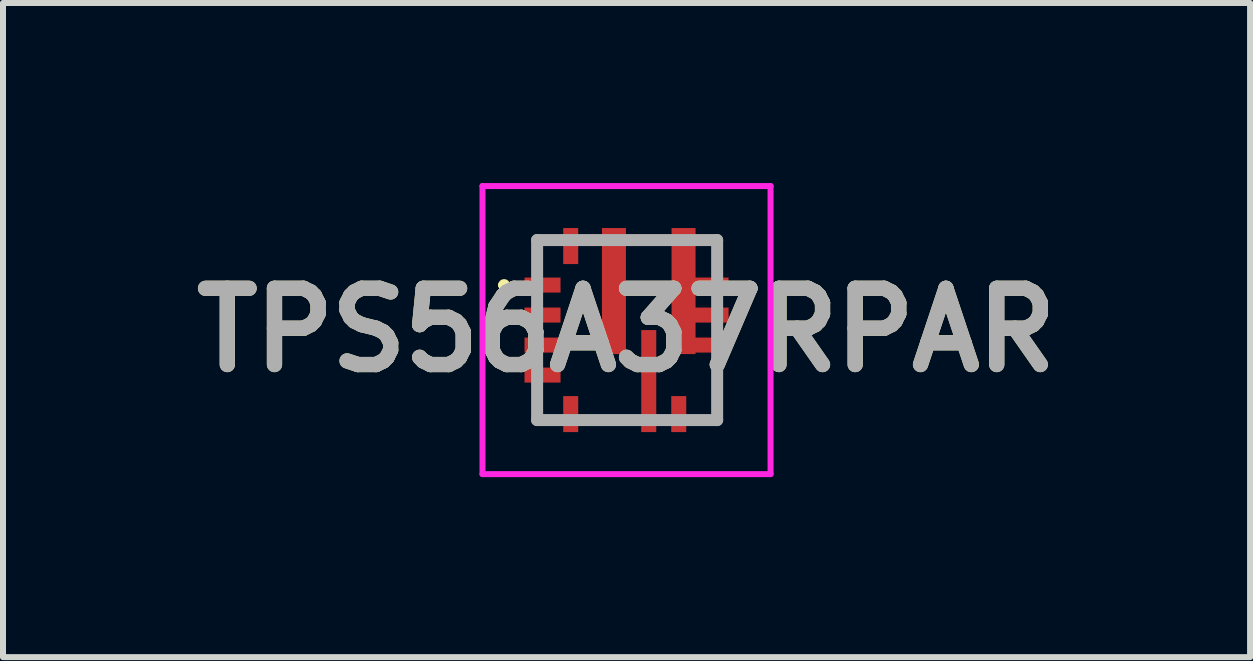
<source format=kicad_pcb>
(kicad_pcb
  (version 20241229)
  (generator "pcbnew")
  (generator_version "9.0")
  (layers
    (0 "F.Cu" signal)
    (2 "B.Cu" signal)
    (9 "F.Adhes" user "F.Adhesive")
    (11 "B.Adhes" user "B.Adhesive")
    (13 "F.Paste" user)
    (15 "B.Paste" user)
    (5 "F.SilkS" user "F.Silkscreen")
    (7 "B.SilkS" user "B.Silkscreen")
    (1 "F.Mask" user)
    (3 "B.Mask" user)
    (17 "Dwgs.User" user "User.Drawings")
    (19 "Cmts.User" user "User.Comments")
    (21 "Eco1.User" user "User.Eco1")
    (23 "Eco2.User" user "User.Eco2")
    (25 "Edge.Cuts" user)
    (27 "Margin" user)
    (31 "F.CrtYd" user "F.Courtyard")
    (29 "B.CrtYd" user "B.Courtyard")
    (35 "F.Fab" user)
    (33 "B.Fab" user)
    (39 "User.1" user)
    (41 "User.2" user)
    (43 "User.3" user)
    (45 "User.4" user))
  (footprint "TPS56A37RPAR"
    (layer "F.Cu")
    (at 7.4 2.45)
    (property "Reference" "TPS56A37RPAR" (at -0.01 0 0) (layer "F.SilkS") (effects (font (size 1.27 1.27) (thickness 0.254))))
    (attr smd)
    (fp_line (start -2.1 -0.75) (end -2.1 -0.75) (stroke (width 0.1) (type solid)) (layer "F.SilkS"))
    (fp_line (start -2 -0.75) (end -2 -0.75) (stroke (width 0.1) (type solid)) (layer "F.SilkS"))
    (fp_line (start -1.5 -1.5) (end -1.25 -1.5) (stroke (width 0.1) (type solid)) (layer "F.SilkS"))
    (fp_line (start -1.5 -1.4) (end -1.5 -1.5) (stroke (width 0.1) (type solid)) (layer "F.SilkS"))
    (fp_line (start -1.5 -1.25) (end -1.5 -1.4) (stroke (width 0.1) (type solid)) (layer "F.SilkS"))
    (fp_line (start -1.5 1.25) (end -1.5 1.5) (stroke (width 0.1) (type solid)) (layer "F.SilkS"))
    (fp_line (start -1.5 1.5) (end -1.25 1.5) (stroke (width 0.1) (type solid)) (layer "F.SilkS"))
    (fp_line (start -0.5 1.5) (end 0 1.5) (stroke (width 0.1) (type solid)) (layer "F.SilkS"))
    (fp_line (start 0.5 -1.5) (end 0.25 -1.5) (stroke (width 0.1) (type solid)) (layer "F.SilkS"))
    (fp_line (start 1.5 -1.5) (end 1.5 -1.25) (stroke (width 0.1) (type solid)) (layer "F.SilkS"))
    (fp_line (start 1.5 1.5) (end 1.5 0.85) (stroke (width 0.1) (type solid)) (layer "F.SilkS"))
    (fp_arc (start -2.1 -0.75) (mid -2.05 -0.8) (end -2 -0.75) (stroke (width 0.1) (type solid)) (layer "F.SilkS"))
    (fp_arc (start -2 -0.75) (mid -2.05 -0.7) (end -2.1 -0.75) (stroke (width 0.1) (type solid)) (layer "F.SilkS"))
    (fp_line (start -2.41 -2.4) (end 2.39 -2.4) (stroke (width 0.1) (type solid)) (layer "F.CrtYd"))
    (fp_line (start -2.41 2.4) (end -2.41 -2.4) (stroke (width 0.1) (type solid)) (layer "F.CrtYd"))
    (fp_line (start 2.39 -2.4) (end 2.39 2.4) (stroke (width 0.1) (type solid)) (layer "F.CrtYd"))
    (fp_line (start 2.39 2.4) (end -2.41 2.4) (stroke (width 0.1) (type solid)) (layer "F.CrtYd"))
    (fp_line (start -1.5 -1.5) (end 1.5 -1.5) (stroke (width 0.2) (type solid)) (layer "F.Fab"))
    (fp_line (start -1.5 1.5) (end -1.5 -1.5) (stroke (width 0.2) (type solid)) (layer "F.Fab"))
    (fp_line (start 1.5 -1.5) (end 1.5 1.5) (stroke (width 0.2) (type solid)) (layer "F.Fab"))
    (fp_line (start 1.5 1.5) (end -1.5 1.5) (stroke (width 0.2) (type solid)) (layer "F.Fab"))
    (fp_text user "${REFERENCE}" (at -0.01 0 0) (layer "F.Fab") (effects (font (size 1.27 1.27) (thickness 0.254))))
    (pad "1" smd rect (at -1.41 -0.75 90) (size 0.25 0.6) (layers "F.Cu" "F.Mask" "F.Paste"))
    (pad "2" smd rect (at -1.41 -0.25 90) (size 0.25 0.6) (layers "F.Cu" "F.Mask" "F.Paste"))
    (pad "3" smd rect (at -1.41 0.25 90) (size 0.25 0.6) (layers "F.Cu" "F.Mask" "F.Paste"))
    (pad "4" smd rect (at -1.41 0.75 90) (size 0.25 0.6) (layers "F.Cu" "F.Mask" "F.Paste"))
    (pad "5" smd rect (at -0.94 1.4) (size 0.25 0.6) (layers "F.Cu" "F.Mask" "F.Paste"))
    (pad "6" smd rect (at 0.36 0.85) (size 0.25 1.7) (layers "F.Cu" "F.Mask" "F.Paste"))
    (pad "7" smd rect (at 0.86 1.4) (size 0.25 0.6) (layers "F.Cu" "F.Mask" "F.Paste"))
    (pad "8" smd rect (at 0.94 -0.65) (size 0.4 2.1) (layers "F.Cu" "F.Mask" "F.Paste"))
    (pad "8" smd rect (at 1.41 -0.75 90) (size 0.25 0.56) (layers "F.Cu" "F.Mask" "F.Paste"))
    (pad "8" smd rect (at 1.41 -0.25 90) (size 0.25 0.56) (layers "F.Cu" "F.Mask" "F.Paste"))
    (pad "8" smd rect (at 1.41 0.25 90) (size 0.25 0.56) (layers "F.Cu" "F.Mask" "F.Paste"))
    (pad "9" smd rect (at -0.22 -0.65) (size 0.4 2.1) (layers "F.Cu" "F.Mask" "F.Paste"))
    (pad "10" smd rect (at -0.94 -1.4) (size 0.25 0.6) (layers "F.Cu" "F.Mask" "F.Paste")))
  (gr_rect
    (start -3 -3)
    (end 17.78 7.9)
    (stroke (width 0.1) (type default))
    (fill no)
    (layer "Edge.Cuts")))
</source>
